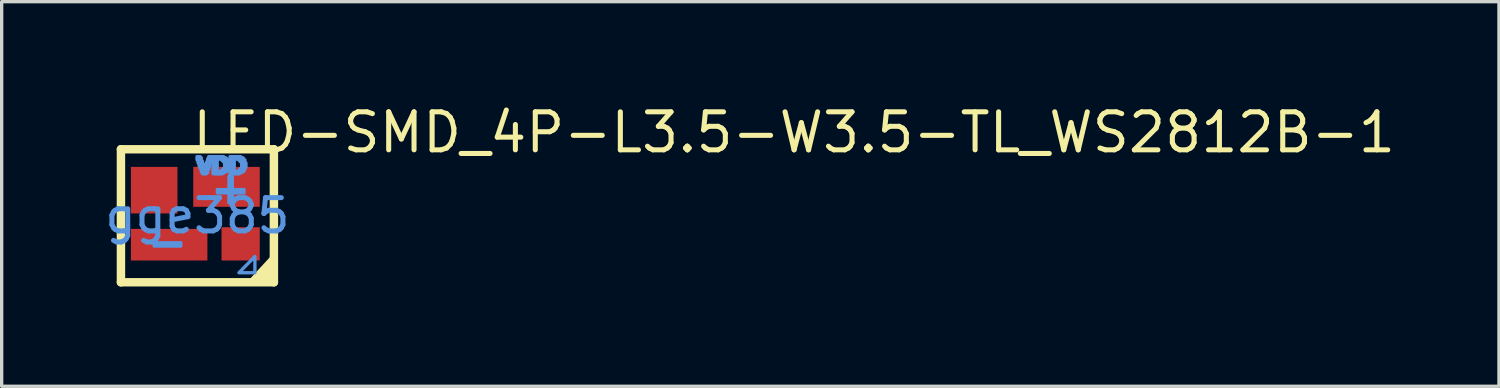
<source format=kicad_pcb>
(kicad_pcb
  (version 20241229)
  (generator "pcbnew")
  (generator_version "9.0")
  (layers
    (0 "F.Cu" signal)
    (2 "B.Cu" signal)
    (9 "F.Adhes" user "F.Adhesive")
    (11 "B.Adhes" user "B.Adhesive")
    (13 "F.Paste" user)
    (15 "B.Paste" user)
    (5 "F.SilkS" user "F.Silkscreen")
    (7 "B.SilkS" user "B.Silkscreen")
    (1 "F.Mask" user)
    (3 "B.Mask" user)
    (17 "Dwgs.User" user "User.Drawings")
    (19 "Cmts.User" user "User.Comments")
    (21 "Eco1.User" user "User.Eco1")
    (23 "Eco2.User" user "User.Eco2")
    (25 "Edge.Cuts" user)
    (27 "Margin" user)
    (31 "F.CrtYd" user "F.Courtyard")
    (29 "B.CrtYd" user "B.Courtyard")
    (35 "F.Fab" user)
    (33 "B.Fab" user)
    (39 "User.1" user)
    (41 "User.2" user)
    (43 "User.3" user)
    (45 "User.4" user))
  (footprint "LED-SMD_4P-L3.5-W3.5-TL_WS2812B-1"
    (layer "F.Cu")
    (at 2.887 3.439)
    (property "Reference" "LED-SMD_4P-L3.5-W3.5-TL_WS2812B-1" (at -0.226 -2.504 0) (layer "F.SilkS") (effects (font (size 1.143 1.143) (thickness 0.152)) (justify left)))
    (attr smd)
    (fp_line (start -2.3 -2) (end 2.3 -2) (stroke (width 0.254) (type solid)) (layer "F.SilkS"))
    (fp_line (start -2.3 2) (end -2.3 -2) (stroke (width 0.254) (type solid)) (layer "F.SilkS"))
    (fp_line (start 2.3 -2) (end 2.3 2) (stroke (width 0.254) (type solid)) (layer "F.SilkS"))
    (fp_line (start 2.3 2) (end -2.3 2) (stroke (width 0.254) (type solid)) (layer "F.SilkS"))
    (fp_poly (pts (xy 1.54 1.94) (xy 2.23 1.94) (xy 2.23 1.38) (xy 2.23 1.19)) (stroke (width 0) (type solid)) (fill yes) (layer "F.SilkS"))
    (fp_poly (pts (xy 1.249 1.713) (xy 1.729 1.713) (xy 1.729 1.223)) (stroke (width 0.1) (type solid)) (fill no) (layer "Cmts.User"))
    (fp_poly (pts (xy -0.5 0.812) (xy -1.3 0.812) (xy -1.3 0.912) (xy -0.5 0.912)) (stroke (width 0.1) (type solid)) (fill no) (layer "Cmts.User"))
    (fp_poly (pts (xy -0.012 -1.778) (xy 0.02 -1.778) (xy 0.02 -1.682) (xy -0.012 -1.682)) (stroke (width 0.1) (type solid)) (fill no) (layer "Cmts.User"))
    (fp_poly (pts (xy 0.02 -1.778) (xy 0.052 -1.778) (xy 0.052 -1.586) (xy 0.02 -1.586)) (stroke (width 0.1) (type solid)) (fill no) (layer "Cmts.User"))
    (fp_poly (pts (xy 0.052 -1.778) (xy 0.084 -1.778) (xy 0.084 -1.49) (xy 0.052 -1.49)) (stroke (width 0.1) (type solid)) (fill no) (layer "Cmts.User"))
    (fp_poly (pts (xy 0.084 -1.746) (xy 0.116 -1.746) (xy 0.116 -1.426) (xy 0.084 -1.426)) (stroke (width 0.1) (type solid)) (fill no) (layer "Cmts.User"))
    (fp_poly (pts (xy 0.116 -1.65) (xy 0.148 -1.65) (xy 0.148 -1.33) (xy 0.116 -1.33)) (stroke (width 0.1) (type solid)) (fill no) (layer "Cmts.User"))
    (fp_poly (pts (xy 0.148 -1.554) (xy 0.18 -1.554) (xy 0.18 -1.266) (xy 0.148 -1.266)) (stroke (width 0.1) (type solid)) (fill no) (layer "Cmts.User"))
    (fp_poly (pts (xy 0.18 -1.458) (xy 0.212 -1.458) (xy 0.212 -1.266) (xy 0.18 -1.266)) (stroke (width 0.1) (type solid)) (fill no) (layer "Cmts.User"))
    (fp_poly (pts (xy 0.212 -1.458) (xy 0.244 -1.458) (xy 0.244 -1.266) (xy 0.212 -1.266)) (stroke (width 0.1) (type solid)) (fill no) (layer "Cmts.User"))
    (fp_poly (pts (xy 0.244 -1.554) (xy 0.276 -1.554) (xy 0.276 -1.266) (xy 0.244 -1.266)) (stroke (width 0.1) (type solid)) (fill no) (layer "Cmts.User"))
    (fp_poly (pts (xy 0.276 -1.618) (xy 0.308 -1.618) (xy 0.308 -1.298) (xy 0.276 -1.298)) (stroke (width 0.1) (type solid)) (fill no) (layer "Cmts.User"))
    (fp_poly (pts (xy 0.308 -1.714) (xy 0.34 -1.714) (xy 0.34 -1.394) (xy 0.308 -1.394)) (stroke (width 0.1) (type solid)) (fill no) (layer "Cmts.User"))
    (fp_poly (pts (xy 0.34 -1.778) (xy 0.372 -1.778) (xy 0.372 -1.49) (xy 0.34 -1.49)) (stroke (width 0.1) (type solid)) (fill no) (layer "Cmts.User"))
    (fp_poly (pts (xy 0.372 -1.778) (xy 0.404 -1.778) (xy 0.404 -1.586) (xy 0.372 -1.586)) (stroke (width 0.1) (type solid)) (fill no) (layer "Cmts.User"))
    (fp_poly (pts (xy 0.404 -1.778) (xy 0.436 -1.778) (xy 0.436 -1.682) (xy 0.404 -1.682)) (stroke (width 0.1) (type solid)) (fill no) (layer "Cmts.User"))
    (fp_poly (pts (xy 0.436 -1.778) (xy 0.468 -1.778) (xy 0.468 -1.746) (xy 0.436 -1.746)) (stroke (width 0.1) (type solid)) (fill no) (layer "Cmts.User"))
    (fp_poly (pts (xy 0.468 -1.778) (xy 0.5 -1.778) (xy 0.5 -1.266) (xy 0.468 -1.266)) (stroke (width 0.1) (type solid)) (fill no) (layer "Cmts.User"))
    (fp_poly (pts (xy 0.5 -1.778) (xy 0.532 -1.778) (xy 0.532 -1.266) (xy 0.5 -1.266)) (stroke (width 0.1) (type solid)) (fill no) (layer "Cmts.User"))
    (fp_poly (pts (xy 0.532 -1.778) (xy 0.564 -1.778) (xy 0.564 -1.266) (xy 0.532 -1.266)) (stroke (width 0.1) (type solid)) (fill no) (layer "Cmts.User"))
    (fp_poly (pts (xy 0.564 -1.778) (xy 0.596 -1.778) (xy 0.596 -1.266) (xy 0.564 -1.266)) (stroke (width 0.1) (type solid)) (fill no) (layer "Cmts.User"))
    (fp_poly (pts (xy 0.596 -1.778) (xy 0.628 -1.778) (xy 0.628 -1.714) (xy 0.596 -1.714)) (stroke (width 0.1) (type solid)) (fill no) (layer "Cmts.User"))
    (fp_poly (pts (xy 0.596 -1.33) (xy 0.628 -1.33) (xy 0.628 -1.266) (xy 0.596 -1.266)) (stroke (width 0.1) (type solid)) (fill no) (layer "Cmts.User"))
    (fp_poly (pts (xy 0.628 -1.778) (xy 0.66 -1.778) (xy 0.66 -1.714) (xy 0.628 -1.714)) (stroke (width 0.1) (type solid)) (fill no) (layer "Cmts.User"))
    (fp_poly (pts (xy 0.628 -1.33) (xy 0.66 -1.33) (xy 0.66 -1.266) (xy 0.628 -1.266)) (stroke (width 0.1) (type solid)) (fill no) (layer "Cmts.User"))
    (fp_poly (pts (xy 0.66 -1.778) (xy 0.692 -1.778) (xy 0.692 -1.714) (xy 0.66 -1.714)) (stroke (width 0.1) (type solid)) (fill no) (layer "Cmts.User"))
    (fp_poly (pts (xy 0.66 -1.33) (xy 0.692 -1.33) (xy 0.692 -1.266) (xy 0.66 -1.266)) (stroke (width 0.1) (type solid)) (fill no) (layer "Cmts.User"))
    (fp_poly (pts (xy 0.692 -1.778) (xy 0.724 -1.778) (xy 0.724 -1.714) (xy 0.692 -1.714)) (stroke (width 0.1) (type solid)) (fill no) (layer "Cmts.User"))
    (fp_poly (pts (xy 0.692 -1.33) (xy 0.724 -1.33) (xy 0.724 -1.266) (xy 0.692 -1.266)) (stroke (width 0.1) (type solid)) (fill no) (layer "Cmts.User"))
    (fp_poly (pts (xy 0.724 -1.778) (xy 0.756 -1.778) (xy 0.756 -1.682) (xy 0.724 -1.682)) (stroke (width 0.1) (type solid)) (fill no) (layer "Cmts.User"))
    (fp_poly (pts (xy 0.724 -1.362) (xy 0.756 -1.362) (xy 0.756 -1.266) (xy 0.724 -1.266)) (stroke (width 0.1) (type solid)) (fill no) (layer "Cmts.User"))
    (fp_poly (pts (xy 0.756 -1.778) (xy 0.788 -1.778) (xy 0.788 -1.65) (xy 0.756 -1.65)) (stroke (width 0.1) (type solid)) (fill no) (layer "Cmts.User"))
    (fp_poly (pts (xy 0.756 -1.394) (xy 0.788 -1.394) (xy 0.788 -1.298) (xy 0.756 -1.298)) (stroke (width 0.1) (type solid)) (fill no) (layer "Cmts.User"))
    (fp_poly (pts (xy 0.788 -1.746) (xy 0.82 -1.746) (xy 0.82 -1.618) (xy 0.788 -1.618)) (stroke (width 0.1) (type solid)) (fill no) (layer "Cmts.User"))
    (fp_poly (pts (xy 0.788 -1.426) (xy 0.82 -1.426) (xy 0.82 -1.298) (xy 0.788 -1.298)) (stroke (width 0.1) (type solid)) (fill no) (layer "Cmts.User"))
    (fp_poly (pts (xy 0.82 -1.746) (xy 0.852 -1.746) (xy 0.852 -1.33) (xy 0.82 -1.33)) (stroke (width 0.1) (type solid)) (fill no) (layer "Cmts.User"))
    (fp_poly (pts (xy 0.852 -1.714) (xy 0.884 -1.714) (xy 0.884 -1.33) (xy 0.852 -1.33)) (stroke (width 0.1) (type solid)) (fill no) (layer "Cmts.User"))
    (fp_poly (pts (xy 0.884 -1.682) (xy 0.916 -1.682) (xy 0.916 -1.394) (xy 0.884 -1.394)) (stroke (width 0.1) (type solid)) (fill no) (layer "Cmts.User"))
    (fp_poly (pts (xy 0.916 -1.586) (xy 0.948 -1.586) (xy 0.948 -1.458) (xy 0.916 -1.458)) (stroke (width 0.1) (type solid)) (fill no) (layer "Cmts.User"))
    (fp_poly (pts (xy 0.98 -1.778) (xy 1.012 -1.778) (xy 1.012 -1.266) (xy 0.98 -1.266)) (stroke (width 0.1) (type solid)) (fill no) (layer "Cmts.User"))
    (fp_poly (pts (xy 1.012 -1.778) (xy 1.044 -1.778) (xy 1.044 -1.266) (xy 1.012 -1.266)) (stroke (width 0.1) (type solid)) (fill no) (layer "Cmts.User"))
    (fp_poly (pts (xy 1.044 -1.778) (xy 1.076 -1.778) (xy 1.076 -1.266) (xy 1.044 -1.266)) (stroke (width 0.1) (type solid)) (fill no) (layer "Cmts.User"))
    (fp_poly (pts (xy 1.05 -0.388) (xy 1.05 -1.188) (xy 0.95 -1.188) (xy 0.95 -0.388)) (stroke (width 0.1) (type solid)) (fill no) (layer "Cmts.User"))
    (fp_poly (pts (xy 1.076 -1.778) (xy 1.108 -1.778) (xy 1.108 -1.266) (xy 1.076 -1.266)) (stroke (width 0.1) (type solid)) (fill no) (layer "Cmts.User"))
    (fp_poly (pts (xy 1.108 -1.778) (xy 1.14 -1.778) (xy 1.14 -1.714) (xy 1.108 -1.714)) (stroke (width 0.1) (type solid)) (fill no) (layer "Cmts.User"))
    (fp_poly (pts (xy 1.108 -1.33) (xy 1.14 -1.33) (xy 1.14 -1.266) (xy 1.108 -1.266)) (stroke (width 0.1) (type solid)) (fill no) (layer "Cmts.User"))
    (fp_poly (pts (xy 1.14 -1.778) (xy 1.172 -1.778) (xy 1.172 -1.714) (xy 1.14 -1.714)) (stroke (width 0.1) (type solid)) (fill no) (layer "Cmts.User"))
    (fp_poly (pts (xy 1.14 -1.33) (xy 1.172 -1.33) (xy 1.172 -1.266) (xy 1.14 -1.266)) (stroke (width 0.1) (type solid)) (fill no) (layer "Cmts.User"))
    (fp_poly (pts (xy 1.172 -1.778) (xy 1.204 -1.778) (xy 1.204 -1.714) (xy 1.172 -1.714)) (stroke (width 0.1) (type solid)) (fill no) (layer "Cmts.User"))
    (fp_poly (pts (xy 1.172 -1.33) (xy 1.204 -1.33) (xy 1.204 -1.266) (xy 1.172 -1.266)) (stroke (width 0.1) (type solid)) (fill no) (layer "Cmts.User"))
    (fp_poly (pts (xy 1.204 -1.778) (xy 1.236 -1.778) (xy 1.236 -1.714) (xy 1.204 -1.714)) (stroke (width 0.1) (type solid)) (fill no) (layer "Cmts.User"))
    (fp_poly (pts (xy 1.204 -1.33) (xy 1.236 -1.33) (xy 1.236 -1.266) (xy 1.204 -1.266)) (stroke (width 0.1) (type solid)) (fill no) (layer "Cmts.User"))
    (fp_poly (pts (xy 1.236 -1.778) (xy 1.268 -1.778) (xy 1.268 -1.682) (xy 1.236 -1.682)) (stroke (width 0.1) (type solid)) (fill no) (layer "Cmts.User"))
    (fp_poly (pts (xy 1.236 -1.362) (xy 1.268 -1.362) (xy 1.268 -1.266) (xy 1.236 -1.266)) (stroke (width 0.1) (type solid)) (fill no) (layer "Cmts.User"))
    (fp_poly (pts (xy 1.268 -1.778) (xy 1.3 -1.778) (xy 1.3 -1.65) (xy 1.268 -1.65)) (stroke (width 0.1) (type solid)) (fill no) (layer "Cmts.User"))
    (fp_poly (pts (xy 1.268 -1.394) (xy 1.3 -1.394) (xy 1.3 -1.298) (xy 1.268 -1.298)) (stroke (width 0.1) (type solid)) (fill no) (layer "Cmts.User"))
    (fp_poly (pts (xy 1.3 -1.746) (xy 1.332 -1.746) (xy 1.332 -1.618) (xy 1.3 -1.618)) (stroke (width 0.1) (type solid)) (fill no) (layer "Cmts.User"))
    (fp_poly (pts (xy 1.3 -1.426) (xy 1.332 -1.426) (xy 1.332 -1.298) (xy 1.3 -1.298)) (stroke (width 0.1) (type solid)) (fill no) (layer "Cmts.User"))
    (fp_poly (pts (xy 1.332 -1.746) (xy 1.364 -1.746) (xy 1.364 -1.33) (xy 1.332 -1.33)) (stroke (width 0.1) (type solid)) (fill no) (layer "Cmts.User"))
    (fp_poly (pts (xy 1.364 -1.714) (xy 1.396 -1.714) (xy 1.396 -1.33) (xy 1.364 -1.33)) (stroke (width 0.1) (type solid)) (fill no) (layer "Cmts.User"))
    (fp_poly (pts (xy 1.396 -1.682) (xy 1.428 -1.682) (xy 1.428 -1.394) (xy 1.396 -1.394)) (stroke (width 0.1) (type solid)) (fill no) (layer "Cmts.User"))
    (fp_poly (pts (xy 1.4 -0.788) (xy 0.6 -0.788) (xy 0.6 -0.688) (xy 1.4 -0.688)) (stroke (width 0.1) (type solid)) (fill no) (layer "Cmts.User"))
    (fp_poly (pts (xy 1.428 -1.586) (xy 1.46 -1.586) (xy 1.46 -1.458) (xy 1.428 -1.458)) (stroke (width 0.1) (type solid)) (fill no) (layer "Cmts.User"))
    (fp_text user "gge385" (at 0 0 0) (layer "Cmts.User") (effects (font (size 1 1) (thickness 0.15))))
    (pad "1" smd rect (at 1.3 0.845) (size 1.15 1) (layers "F.Cu" "F.Mask" "F.Paste"))
    (pad "2" smd rect (at 0.875 -0.87) (size 2 1.2) (layers "F.Cu" "F.Mask" "F.Paste"))
    (pad "3" smd rect (at -1.3 -0.77) (size 1.4 1.4) (layers "F.Cu" "F.Mask" "F.Paste"))
    (pad "4" smd rect (at -0.85 0.87) (size 2.3 0.95) (layers "F.Cu" "F.Mask" "F.Paste")))
  (gr_rect
    (start -3 -3)
    (end 42.029 8.566)
    (stroke (width 0.1) (type default))
    (fill no)
    (layer "Edge.Cuts")))
</source>
